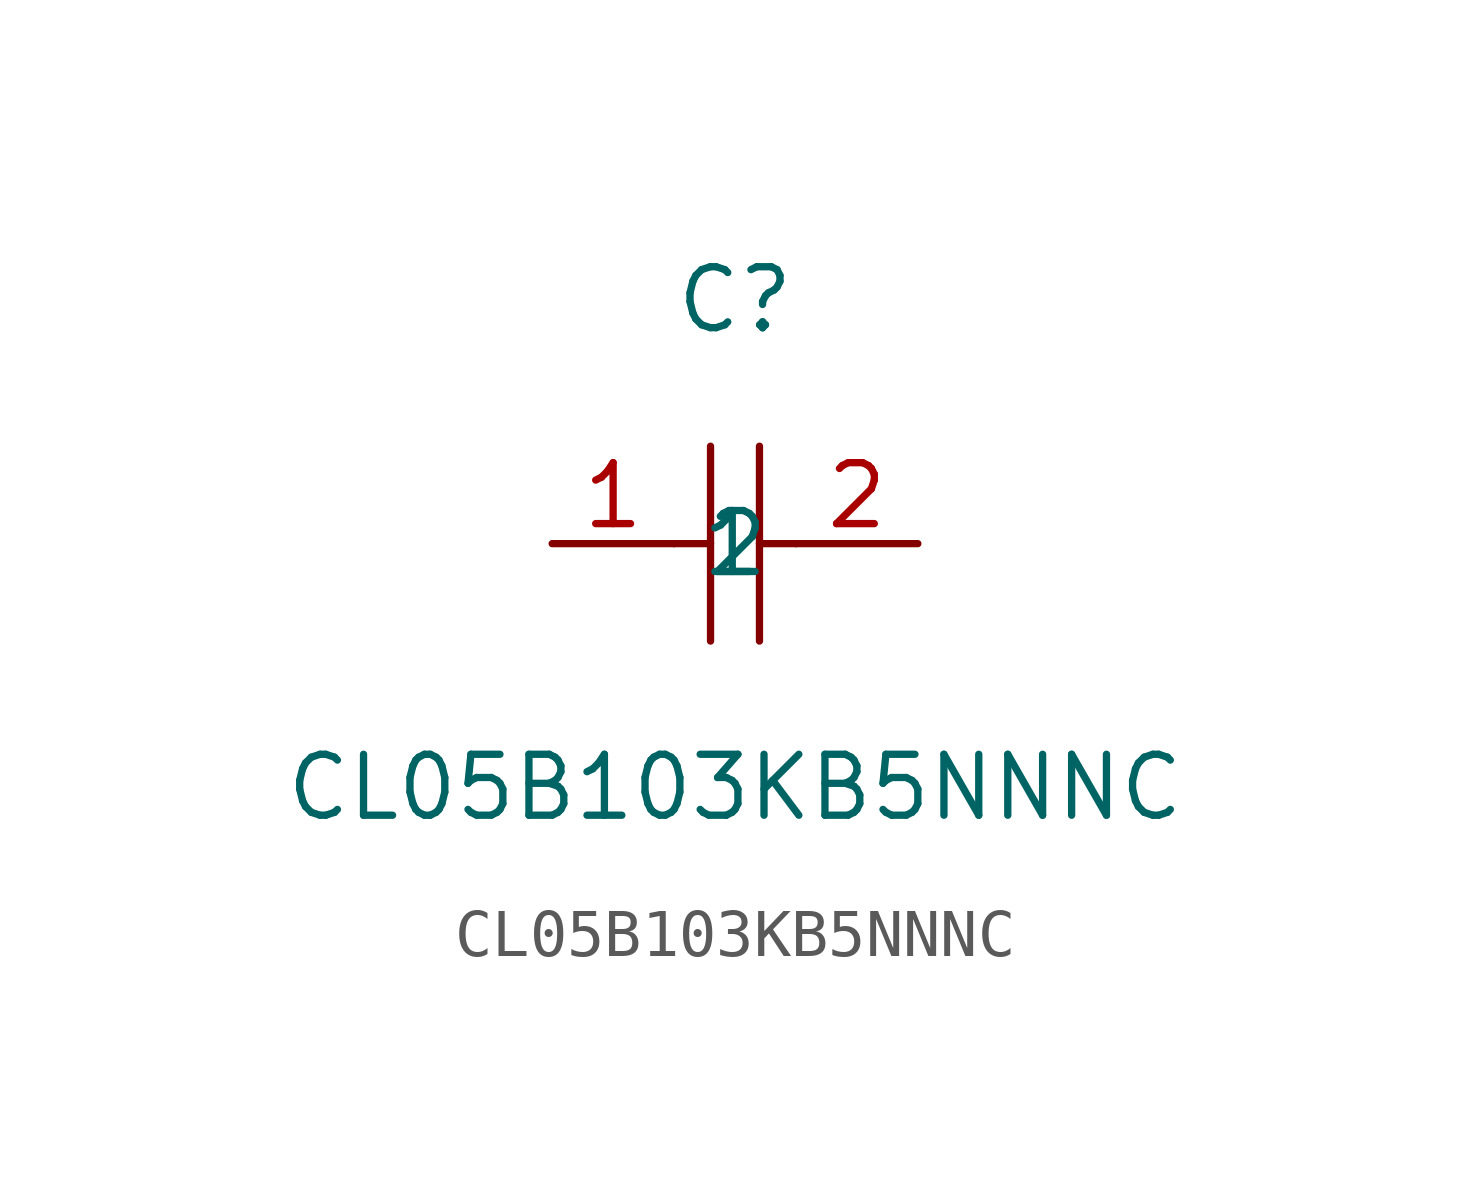
<source format=kicad_sym>
(kicad_symbol_lib
  (version 1)
  (generator "faebryk")
  (symbol "CL05B103KB5NNNC"
    (property "Reference" "C"
      (at 0 5.08 0)
      (effects (font (size 1.27 1.27)) (hide no)))
    (property "Value" "CL05B103KB5NNNC"
      (at 0 -5.08 0)
      (effects (font (size 1.27 1.27)) (hide no)))
    (symbol "CL05B103KB5NNNC_0_1"
      (polyline (stroke (width 0) (type default) (color 0 0 0 0)) (fill (type none)) (pts (xy -0.51 2.03) (xy -0.51 -2.03)))
      (polyline (stroke (width 0) (type default) (color 0 0 0 0)) (fill (type none)) (pts (xy 0.51 2.03) (xy 0.51 -2.03)))
      (polyline (stroke (width 0) (type default) (color 0 0 0 0)) (fill (type none)) (pts (xy -1.27 0) (xy -0.51 0)))
      (polyline (stroke (width 0) (type default) (color 0 0 0 0)) (fill (type none)) (pts (xy 0.51 0) (xy 1.27 0)))
      (pin input line (at -3.81 0 0) (length 2.54) (name "1" (effects (font (size 1.27 1.27)) (hide no))) (number "1" (effects (font (size 1.27 1.27)) (hide no))))
      (pin input line (at 3.81 0 180) (length 2.54) (name "2" (effects (font (size 1.27 1.27)) (hide no))) (number "2" (effects (font (size 1.27 1.27)) (hide no)))))))
</source>
